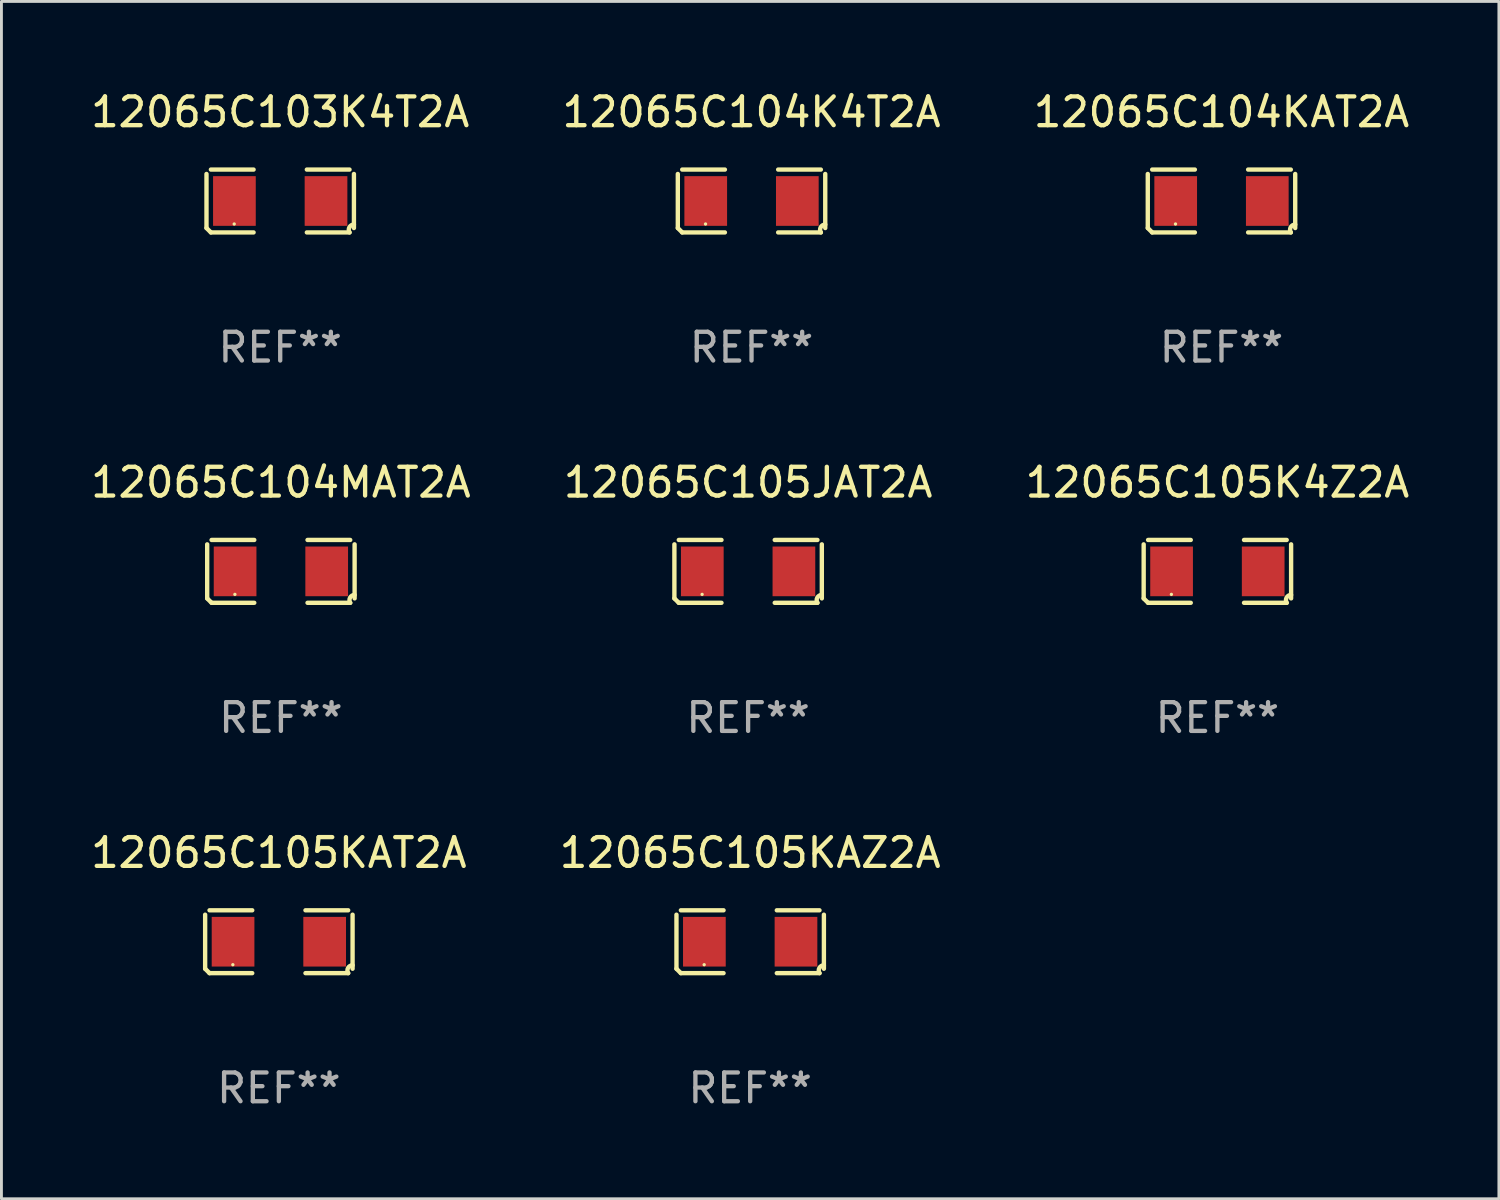
<source format=kicad_pcb>
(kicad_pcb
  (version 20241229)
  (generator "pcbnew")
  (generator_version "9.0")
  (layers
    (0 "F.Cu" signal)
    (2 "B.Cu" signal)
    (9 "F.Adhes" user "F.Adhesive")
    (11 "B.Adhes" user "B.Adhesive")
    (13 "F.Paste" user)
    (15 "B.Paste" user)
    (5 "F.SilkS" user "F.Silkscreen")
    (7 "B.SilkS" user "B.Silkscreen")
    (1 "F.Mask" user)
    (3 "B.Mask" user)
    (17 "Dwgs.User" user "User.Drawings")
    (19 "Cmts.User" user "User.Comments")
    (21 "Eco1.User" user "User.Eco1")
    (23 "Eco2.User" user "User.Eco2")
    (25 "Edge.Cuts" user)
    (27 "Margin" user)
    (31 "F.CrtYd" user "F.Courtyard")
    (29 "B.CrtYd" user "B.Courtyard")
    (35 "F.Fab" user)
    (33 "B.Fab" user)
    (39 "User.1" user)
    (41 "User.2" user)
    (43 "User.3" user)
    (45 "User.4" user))
  (footprint "12065C104MAT2A"
    (layer "F.Cu")
    (at 6.72 16.823)
    (property "Reference" "12065C104MAT2A" (at 0 -3.093 0) (layer "F.SilkS") (effects (font (size 1 1) (thickness 0.15))))
    (attr through_hole)
    (fp_line (start -2.564 0.94) (end -2.564 -0.94) (stroke (width 0.152) (type solid)) (layer "F.SilkS"))
    (fp_line (start -2.411 -1.093) (end -0.926 -1.093) (stroke (width 0.152) (type solid)) (layer "F.SilkS"))
    (fp_line (start -0.926 1.093) (end -2.411 1.093) (stroke (width 0.152) (type solid)) (layer "F.SilkS"))
    (fp_line (start 0.926 1.093) (end 2.411 1.093) (stroke (width 0.152) (type solid)) (layer "F.SilkS"))
    (fp_line (start 2.411 -1.093) (end 0.926 -1.093) (stroke (width 0.152) (type solid)) (layer "F.SilkS"))
    (fp_line (start 2.564 0.94) (end 2.564 -0.94) (stroke (width 0.152) (type solid)) (layer "F.SilkS"))
    (fp_arc (start -2.411201 1.092609) (mid -2.487413 1.01642) (end -2.563602 0.940208) (stroke (width 0.1524) (type solid)) (layer "F.SilkS"))
    (fp_arc (start 2.411201 1.092609) (mid 2.407159 0.911226) (end 2.563602 0.819347) (stroke (width 0.1524) (type solid)) (layer "F.SilkS"))
    (fp_circle (center -1.6 0.8) (end -1.57 0.8) (stroke (width 0.06) (type solid)) (fill no) (layer "F.SilkS"))
    (fp_text user "REF**" (at 0 5.093 0) (layer "F.Fab") (effects (font (size 1 1) (thickness 0.15))))
    (pad "1" smd rect (at -1.593 0) (size 1.485 1.728) (layers "F.Cu" "F.Mask" "F.Paste"))
    (pad "2" smd rect (at 1.593 0) (size 1.485 1.728) (layers "F.Cu" "F.Mask" "F.Paste")))
  (footprint "12065C103K4T2A"
    (layer "F.Cu")
    (at 6.696 3.941)
    (property "Reference" "12065C103K4T2A" (at 0 -3.093 0) (layer "F.SilkS") (effects (font (size 1 1) (thickness 0.15))))
    (attr through_hole)
    (fp_line (start -2.564 0.94) (end -2.564 -0.94) (stroke (width 0.152) (type solid)) (layer "F.SilkS"))
    (fp_line (start -2.411 -1.093) (end -0.926 -1.093) (stroke (width 0.152) (type solid)) (layer "F.SilkS"))
    (fp_line (start -0.926 1.093) (end -2.411 1.093) (stroke (width 0.152) (type solid)) (layer "F.SilkS"))
    (fp_line (start 0.926 1.093) (end 2.411 1.093) (stroke (width 0.152) (type solid)) (layer "F.SilkS"))
    (fp_line (start 2.411 -1.093) (end 0.926 -1.093) (stroke (width 0.152) (type solid)) (layer "F.SilkS"))
    (fp_line (start 2.564 0.94) (end 2.564 -0.94) (stroke (width 0.152) (type solid)) (layer "F.SilkS"))
    (fp_arc (start -2.411201 1.092609) (mid -2.487413 1.01642) (end -2.563602 0.940208) (stroke (width 0.1524) (type solid)) (layer "F.SilkS"))
    (fp_arc (start 2.411201 1.092609) (mid 2.407159 0.911226) (end 2.563602 0.819347) (stroke (width 0.1524) (type solid)) (layer "F.SilkS"))
    (fp_circle (center -1.6 0.8) (end -1.57 0.8) (stroke (width 0.06) (type solid)) (fill no) (layer "F.SilkS"))
    (fp_text user "REF**" (at 0 5.093 0) (layer "F.Fab") (effects (font (size 1 1) (thickness 0.15))))
    (pad "1" smd rect (at -1.593 0) (size 1.485 1.728) (layers "F.Cu" "F.Mask" "F.Paste"))
    (pad "2" smd rect (at 1.593 0) (size 1.485 1.728) (layers "F.Cu" "F.Mask" "F.Paste")))
  (footprint "12065C105KAT2A"
    (layer "F.Cu")
    (at 6.649 29.704)
    (property "Reference" "12065C105KAT2A" (at 0 -3.093 0) (layer "F.SilkS") (effects (font (size 1 1) (thickness 0.15))))
    (attr through_hole)
    (fp_line (start -2.564 0.94) (end -2.564 -0.94) (stroke (width 0.152) (type solid)) (layer "F.SilkS"))
    (fp_line (start -2.411 -1.093) (end -0.926 -1.093) (stroke (width 0.152) (type solid)) (layer "F.SilkS"))
    (fp_line (start -0.926 1.093) (end -2.411 1.093) (stroke (width 0.152) (type solid)) (layer "F.SilkS"))
    (fp_line (start 0.926 1.093) (end 2.411 1.093) (stroke (width 0.152) (type solid)) (layer "F.SilkS"))
    (fp_line (start 2.411 -1.093) (end 0.926 -1.093) (stroke (width 0.152) (type solid)) (layer "F.SilkS"))
    (fp_line (start 2.564 0.94) (end 2.564 -0.94) (stroke (width 0.152) (type solid)) (layer "F.SilkS"))
    (fp_arc (start -2.411201 1.092609) (mid -2.487413 1.01642) (end -2.563602 0.940208) (stroke (width 0.1524) (type solid)) (layer "F.SilkS"))
    (fp_arc (start 2.411201 1.092609) (mid 2.407159 0.911226) (end 2.563602 0.819347) (stroke (width 0.1524) (type solid)) (layer "F.SilkS"))
    (fp_circle (center -1.6 0.8) (end -1.57 0.8) (stroke (width 0.06) (type solid)) (fill no) (layer "F.SilkS"))
    (fp_text user "REF**" (at 0 5.093 0) (layer "F.Fab") (effects (font (size 1 1) (thickness 0.15))))
    (pad "1" smd rect (at -1.593 0) (size 1.485 1.728) (layers "F.Cu" "F.Mask" "F.Paste"))
    (pad "2" smd rect (at 1.593 0) (size 1.485 1.728) (layers "F.Cu" "F.Mask" "F.Paste")))
  (footprint "12065C105JAT2A"
    (layer "F.Cu")
    (at 22.97 16.823)
    (property "Reference" "12065C105JAT2A" (at 0 -3.093 0) (layer "F.SilkS") (effects (font (size 1 1) (thickness 0.15))))
    (attr through_hole)
    (fp_line (start -2.564 0.94) (end -2.564 -0.94) (stroke (width 0.152) (type solid)) (layer "F.SilkS"))
    (fp_line (start -2.411 -1.093) (end -0.926 -1.093) (stroke (width 0.152) (type solid)) (layer "F.SilkS"))
    (fp_line (start -0.926 1.093) (end -2.411 1.093) (stroke (width 0.152) (type solid)) (layer "F.SilkS"))
    (fp_line (start 0.926 1.093) (end 2.411 1.093) (stroke (width 0.152) (type solid)) (layer "F.SilkS"))
    (fp_line (start 2.411 -1.093) (end 0.926 -1.093) (stroke (width 0.152) (type solid)) (layer "F.SilkS"))
    (fp_line (start 2.564 0.94) (end 2.564 -0.94) (stroke (width 0.152) (type solid)) (layer "F.SilkS"))
    (fp_arc (start -2.411201 1.092609) (mid -2.487413 1.01642) (end -2.563602 0.940208) (stroke (width 0.1524) (type solid)) (layer "F.SilkS"))
    (fp_arc (start 2.411201 1.092609) (mid 2.407159 0.911226) (end 2.563602 0.819347) (stroke (width 0.1524) (type solid)) (layer "F.SilkS"))
    (fp_circle (center -1.6 0.8) (end -1.57 0.8) (stroke (width 0.06) (type solid)) (fill no) (layer "F.SilkS"))
    (fp_text user "REF**" (at 0 5.093 0) (layer "F.Fab") (effects (font (size 1 1) (thickness 0.15))))
    (pad "1" smd rect (at -1.593 0) (size 1.485 1.728) (layers "F.Cu" "F.Mask" "F.Paste"))
    (pad "2" smd rect (at 1.593 0) (size 1.485 1.728) (layers "F.Cu" "F.Mask" "F.Paste")))
  (footprint "12065C105K4Z2A"
    (layer "F.Cu")
    (at 39.292 16.823)
    (property "Reference" "12065C105K4Z2A" (at 0 -3.093 0) (layer "F.SilkS") (effects (font (size 1 1) (thickness 0.15))))
    (attr through_hole)
    (fp_line (start -2.564 0.94) (end -2.564 -0.94) (stroke (width 0.152) (type solid)) (layer "F.SilkS"))
    (fp_line (start -2.411 -1.093) (end -0.926 -1.093) (stroke (width 0.152) (type solid)) (layer "F.SilkS"))
    (fp_line (start -0.926 1.093) (end -2.411 1.093) (stroke (width 0.152) (type solid)) (layer "F.SilkS"))
    (fp_line (start 0.926 1.093) (end 2.411 1.093) (stroke (width 0.152) (type solid)) (layer "F.SilkS"))
    (fp_line (start 2.411 -1.093) (end 0.926 -1.093) (stroke (width 0.152) (type solid)) (layer "F.SilkS"))
    (fp_line (start 2.564 0.94) (end 2.564 -0.94) (stroke (width 0.152) (type solid)) (layer "F.SilkS"))
    (fp_arc (start -2.411201 1.092609) (mid -2.487413 1.01642) (end -2.563602 0.940208) (stroke (width 0.1524) (type solid)) (layer "F.SilkS"))
    (fp_arc (start 2.411201 1.092609) (mid 2.407159 0.911226) (end 2.563602 0.819347) (stroke (width 0.1524) (type solid)) (layer "F.SilkS"))
    (fp_circle (center -1.6 0.8) (end -1.57 0.8) (stroke (width 0.06) (type solid)) (fill no) (layer "F.SilkS"))
    (fp_text user "REF**" (at 0 5.093 0) (layer "F.Fab") (effects (font (size 1 1) (thickness 0.15))))
    (pad "1" smd rect (at -1.593 0) (size 1.485 1.728) (layers "F.Cu" "F.Mask" "F.Paste"))
    (pad "2" smd rect (at 1.593 0) (size 1.485 1.728) (layers "F.Cu" "F.Mask" "F.Paste")))
  (footprint "12065C104KAT2A"
    (layer "F.Cu")
    (at 39.435 3.941)
    (property "Reference" "12065C104KAT2A" (at 0 -3.093 0) (layer "F.SilkS") (effects (font (size 1 1) (thickness 0.15))))
    (attr through_hole)
    (fp_line (start -2.564 0.94) (end -2.564 -0.94) (stroke (width 0.152) (type solid)) (layer "F.SilkS"))
    (fp_line (start -2.411 -1.093) (end -0.926 -1.093) (stroke (width 0.152) (type solid)) (layer "F.SilkS"))
    (fp_line (start -0.926 1.093) (end -2.411 1.093) (stroke (width 0.152) (type solid)) (layer "F.SilkS"))
    (fp_line (start 0.926 1.093) (end 2.411 1.093) (stroke (width 0.152) (type solid)) (layer "F.SilkS"))
    (fp_line (start 2.411 -1.093) (end 0.926 -1.093) (stroke (width 0.152) (type solid)) (layer "F.SilkS"))
    (fp_line (start 2.564 0.94) (end 2.564 -0.94) (stroke (width 0.152) (type solid)) (layer "F.SilkS"))
    (fp_arc (start -2.411201 1.092609) (mid -2.487413 1.01642) (end -2.563602 0.940208) (stroke (width 0.1524) (type solid)) (layer "F.SilkS"))
    (fp_arc (start 2.411201 1.092609) (mid 2.407159 0.911226) (end 2.563602 0.819347) (stroke (width 0.1524) (type solid)) (layer "F.SilkS"))
    (fp_circle (center -1.6 0.8) (end -1.57 0.8) (stroke (width 0.06) (type solid)) (fill no) (layer "F.SilkS"))
    (fp_text user "REF**" (at 0 5.093 0) (layer "F.Fab") (effects (font (size 1 1) (thickness 0.15))))
    (pad "1" smd rect (at -1.593 0) (size 1.485 1.728) (layers "F.Cu" "F.Mask" "F.Paste"))
    (pad "2" smd rect (at 1.593 0) (size 1.485 1.728) (layers "F.Cu" "F.Mask" "F.Paste")))
  (footprint "12065C104K4T2A"
    (layer "F.Cu")
    (at 23.089 3.941)
    (property "Reference" "12065C104K4T2A" (at 0 -3.093 0) (layer "F.SilkS") (effects (font (size 1 1) (thickness 0.15))))
    (attr through_hole)
    (fp_line (start -2.564 0.94) (end -2.564 -0.94) (stroke (width 0.152) (type solid)) (layer "F.SilkS"))
    (fp_line (start -2.411 -1.093) (end -0.926 -1.093) (stroke (width 0.152) (type solid)) (layer "F.SilkS"))
    (fp_line (start -0.926 1.093) (end -2.411 1.093) (stroke (width 0.152) (type solid)) (layer "F.SilkS"))
    (fp_line (start 0.926 1.093) (end 2.411 1.093) (stroke (width 0.152) (type solid)) (layer "F.SilkS"))
    (fp_line (start 2.411 -1.093) (end 0.926 -1.093) (stroke (width 0.152) (type solid)) (layer "F.SilkS"))
    (fp_line (start 2.564 0.94) (end 2.564 -0.94) (stroke (width 0.152) (type solid)) (layer "F.SilkS"))
    (fp_arc (start -2.411201 1.092609) (mid -2.487413 1.01642) (end -2.563602 0.940208) (stroke (width 0.1524) (type solid)) (layer "F.SilkS"))
    (fp_arc (start 2.411201 1.092609) (mid 2.407159 0.911226) (end 2.563602 0.819347) (stroke (width 0.1524) (type solid)) (layer "F.SilkS"))
    (fp_circle (center -1.6 0.8) (end -1.57 0.8) (stroke (width 0.06) (type solid)) (fill no) (layer "F.SilkS"))
    (fp_text user "REF**" (at 0 5.093 0) (layer "F.Fab") (effects (font (size 1 1) (thickness 0.15))))
    (pad "1" smd rect (at -1.593 0) (size 1.485 1.728) (layers "F.Cu" "F.Mask" "F.Paste"))
    (pad "2" smd rect (at 1.593 0) (size 1.485 1.728) (layers "F.Cu" "F.Mask" "F.Paste")))
  (footprint "12065C105KAZ2A"
    (layer "F.Cu")
    (at 23.042 29.704)
    (property "Reference" "12065C105KAZ2A" (at 0 -3.093 0) (layer "F.SilkS") (effects (font (size 1 1) (thickness 0.15))))
    (attr through_hole)
    (fp_line (start -2.564 0.94) (end -2.564 -0.94) (stroke (width 0.152) (type solid)) (layer "F.SilkS"))
    (fp_line (start -2.411 -1.093) (end -0.926 -1.093) (stroke (width 0.152) (type solid)) (layer "F.SilkS"))
    (fp_line (start -0.926 1.093) (end -2.411 1.093) (stroke (width 0.152) (type solid)) (layer "F.SilkS"))
    (fp_line (start 0.926 1.093) (end 2.411 1.093) (stroke (width 0.152) (type solid)) (layer "F.SilkS"))
    (fp_line (start 2.411 -1.093) (end 0.926 -1.093) (stroke (width 0.152) (type solid)) (layer "F.SilkS"))
    (fp_line (start 2.564 0.94) (end 2.564 -0.94) (stroke (width 0.152) (type solid)) (layer "F.SilkS"))
    (fp_arc (start -2.411201 1.092609) (mid -2.487413 1.01642) (end -2.563602 0.940208) (stroke (width 0.1524) (type solid)) (layer "F.SilkS"))
    (fp_arc (start 2.411201 1.092609) (mid 2.407159 0.911226) (end 2.563602 0.819347) (stroke (width 0.1524) (type solid)) (layer "F.SilkS"))
    (fp_circle (center -1.6 0.8) (end -1.57 0.8) (stroke (width 0.06) (type solid)) (fill no) (layer "F.SilkS"))
    (fp_text user "REF**" (at 0 5.093 0) (layer "F.Fab") (effects (font (size 1 1) (thickness 0.15))))
    (pad "1" smd rect (at -1.593 0) (size 1.485 1.728) (layers "F.Cu" "F.Mask" "F.Paste"))
    (pad "2" smd rect (at 1.593 0) (size 1.485 1.728) (layers "F.Cu" "F.Mask" "F.Paste")))
  (gr_rect
    (start -3 -3)
    (end 49.083 38.645)
    (stroke (width 0.1) (type default))
    (fill no)
    (layer "Edge.Cuts")))
</source>
